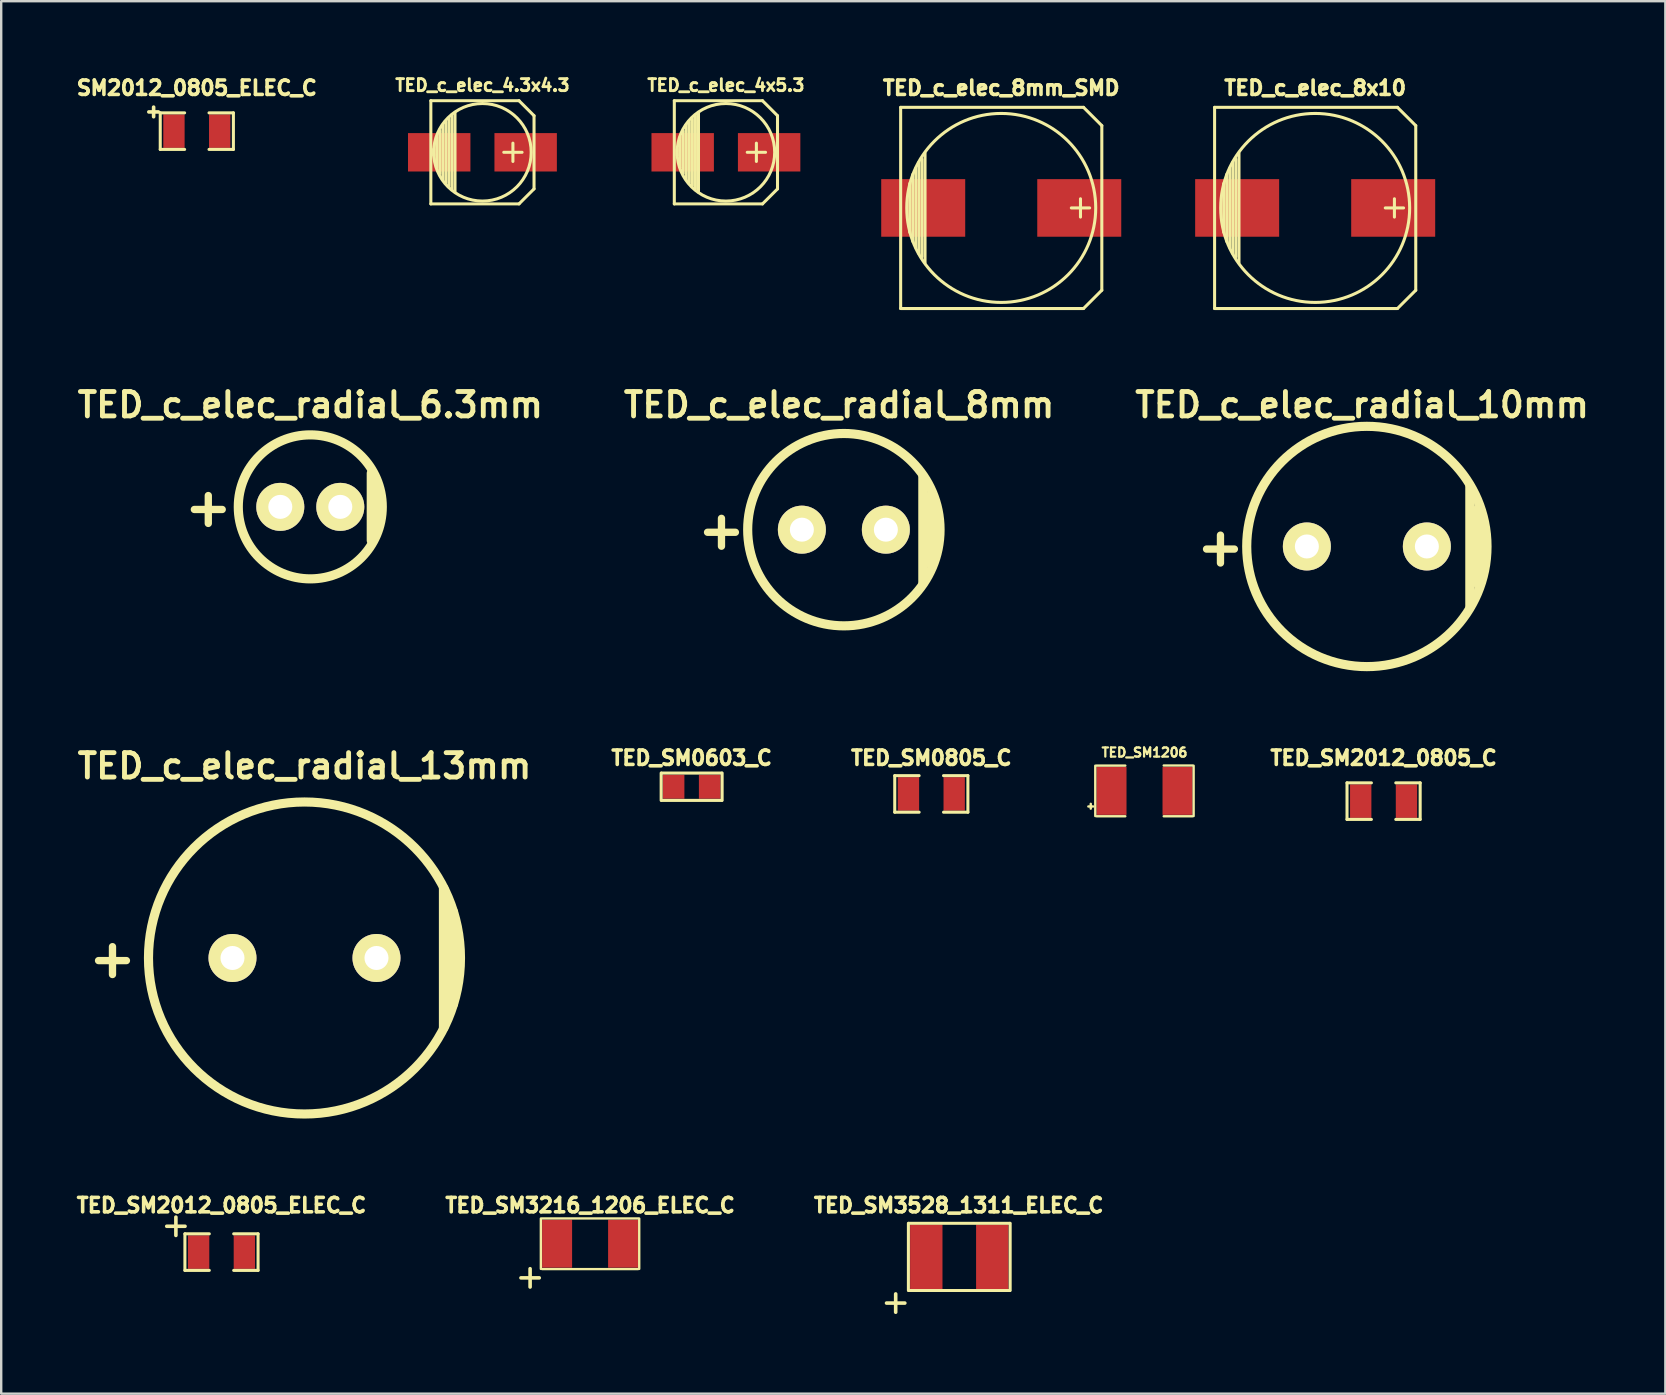
<source format=kicad_pcb>
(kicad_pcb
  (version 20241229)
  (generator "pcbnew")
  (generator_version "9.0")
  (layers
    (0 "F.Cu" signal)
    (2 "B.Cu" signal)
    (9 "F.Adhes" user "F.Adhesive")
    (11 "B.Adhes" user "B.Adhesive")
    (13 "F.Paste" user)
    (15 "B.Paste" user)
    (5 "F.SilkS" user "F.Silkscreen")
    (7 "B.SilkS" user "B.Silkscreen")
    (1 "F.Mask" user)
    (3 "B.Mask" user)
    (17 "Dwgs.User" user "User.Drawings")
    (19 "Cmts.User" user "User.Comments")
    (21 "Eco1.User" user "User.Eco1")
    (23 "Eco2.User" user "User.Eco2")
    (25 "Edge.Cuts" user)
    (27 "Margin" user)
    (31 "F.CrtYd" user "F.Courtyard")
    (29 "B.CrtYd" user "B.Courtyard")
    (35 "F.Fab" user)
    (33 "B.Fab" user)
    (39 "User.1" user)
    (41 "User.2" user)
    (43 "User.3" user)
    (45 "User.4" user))
  (footprint "TED_SM2012_0805_ELEC_C"
    (layer "F.Cu")
    (at 6.179 49.122)
    (property "Reference" "TED_SM2012_0805_ELEC_C" (at 0 -1.95 0) (layer "F.SilkS") (effects (font (size 0.6 0.6) (thickness 0.15))))
    (attr smd)
    (fp_line (start -1.524 -0.762) (end -0.508 -0.762) (stroke (width 0.127) (type solid)) (layer "F.SilkS"))
    (fp_line (start -1.524 0.762) (end -1.524 -0.762) (stroke (width 0.127) (type solid)) (layer "F.SilkS"))
    (fp_line (start -0.508 0.762) (end -1.524 0.762) (stroke (width 0.127) (type solid)) (layer "F.SilkS"))
    (fp_line (start 0.508 -0.762) (end 1.524 -0.762) (stroke (width 0.127) (type solid)) (layer "F.SilkS"))
    (fp_line (start 1.524 -0.762) (end 1.524 0.762) (stroke (width 0.127) (type solid)) (layer "F.SilkS"))
    (fp_line (start 1.524 0.762) (end 0.508 0.762) (stroke (width 0.127) (type solid)) (layer "F.SilkS"))
    (fp_text user "+" (at -1.9 -1.15 0) (layer "F.SilkS") (effects (font (size 1 1) (thickness 0.15))))
    (pad "1" smd rect (at -0.953 0) (size 0.889 1.397) (layers "F.Cu" "F.Mask" "F.Paste"))
    (pad "2" smd rect (at 0.953 0) (size 0.889 1.397) (layers "F.Cu" "F.Mask" "F.Paste")))
  (footprint "TED_c_elec_radial_8mm"
    (layer "F.Cu")
    (at 32.112 19.02)
    (property "Reference" "TED_c_elec_radial_8mm" (at -0.2 -5.2 0) (layer "F.SilkS") (effects (font (size 1.016 1.016) (thickness 0.203))))
    (attr through_hole)
    (fp_line (start 3.3 2.2) (end 3.3 -2.2) (stroke (width 0.4) (type solid)) (layer "F.SilkS"))
    (fp_line (start 3.65 -1.5) (end 3.65 1.5) (stroke (width 0.381) (type solid)) (layer "F.SilkS"))
    (fp_circle (center 0 0) (end 4 0.25) (stroke (width 0.381) (type solid)) (fill no) (layer "F.SilkS"))
    (fp_text user "+" (at -5.1 0 0) (layer "F.SilkS") (effects (font (size 1.524 1.524) (thickness 0.305))))
    (pad "1" thru_hole circle (at -1.75 0) (size 2 2) (drill 1) (layers "*.Mask" "B.Cu" "F.SilkS"))
    (pad "2" thru_hole circle (at 1.75 0) (size 2 2) (drill 1) (layers "*.Mask" "B.Cu" "F.SilkS")))
  (footprint "TED_c_elec_8x10"
    (layer "F.Cu")
    (at 51.75 5.614)
    (property "Reference" "TED_c_elec_8x10" (at 0 -5 0) (layer "F.SilkS") (effects (font (size 0.6 0.6) (thickness 0.15))))
    (attr through_hole)
    (fp_line (start -4.191 -4.191) (end -4.191 4.191) (stroke (width 0.127) (type solid)) (layer "F.SilkS"))
    (fp_line (start -4.191 4.191) (end 3.429 4.191) (stroke (width 0.127) (type solid)) (layer "F.SilkS"))
    (fp_line (start -3.81 -1.016) (end -3.81 1.016) (stroke (width 0.127) (type solid)) (layer "F.SilkS"))
    (fp_line (start -3.683 1.397) (end -3.683 -1.397) (stroke (width 0.127) (type solid)) (layer "F.SilkS"))
    (fp_line (start -3.556 -1.651) (end -3.556 1.651) (stroke (width 0.127) (type solid)) (layer "F.SilkS"))
    (fp_line (start -3.429 1.905) (end -3.429 -1.905) (stroke (width 0.127) (type solid)) (layer "F.SilkS"))
    (fp_line (start -3.302 2.032) (end -3.302 -2.032) (stroke (width 0.127) (type solid)) (layer "F.SilkS"))
    (fp_line (start -3.175 -2.286) (end -3.175 2.286) (stroke (width 0.127) (type solid)) (layer "F.SilkS"))
    (fp_line (start 3.302 -0.381) (end 3.302 0.381) (stroke (width 0.127) (type solid)) (layer "F.SilkS"))
    (fp_line (start 3.429 -4.191) (end -4.191 -4.191) (stroke (width 0.127) (type solid)) (layer "F.SilkS"))
    (fp_line (start 3.429 4.191) (end 4.191 3.429) (stroke (width 0.127) (type solid)) (layer "F.SilkS"))
    (fp_line (start 3.683 0) (end 2.921 0) (stroke (width 0.127) (type solid)) (layer "F.SilkS"))
    (fp_line (start 4.191 -3.429) (end 3.429 -4.191) (stroke (width 0.127) (type solid)) (layer "F.SilkS"))
    (fp_line (start 4.191 3.429) (end 4.191 -3.429) (stroke (width 0.127) (type solid)) (layer "F.SilkS"))
    (fp_circle (center 0 0) (end 3.937 0) (stroke (width 0.127) (type solid)) (fill no) (layer "F.SilkS"))
    (pad "1" smd rect (at 3.251 0) (size 3.5 2.4) (layers "F.Cu" "F.Mask" "F.Paste"))
    (pad "2" smd rect (at -3.251 0) (size 3.5 2.4) (layers "F.Cu" "F.Mask" "F.Paste")))
  (footprint "SM2012_0805_ELEC_C"
    (layer "F.Cu")
    (at 5.151 2.414)
    (property "Reference" "SM2012_0805_ELEC_C" (at 0 -1.8 0) (layer "F.SilkS") (effects (font (size 0.6 0.6) (thickness 0.15))))
    (attr smd)
    (fp_line (start -2 -0.8) (end -1.6 -0.8) (stroke (width 0.15) (type solid)) (layer "F.SilkS"))
    (fp_line (start -1.8 -0.6) (end -1.8 -1) (stroke (width 0.15) (type solid)) (layer "F.SilkS"))
    (fp_line (start -1.524 -0.762) (end -0.508 -0.762) (stroke (width 0.127) (type solid)) (layer "F.SilkS"))
    (fp_line (start -1.524 0.762) (end -1.524 -0.762) (stroke (width 0.127) (type solid)) (layer "F.SilkS"))
    (fp_line (start -0.508 0.762) (end -1.524 0.762) (stroke (width 0.127) (type solid)) (layer "F.SilkS"))
    (fp_line (start 0.508 -0.762) (end 1.524 -0.762) (stroke (width 0.127) (type solid)) (layer "F.SilkS"))
    (fp_line (start 1.524 -0.762) (end 1.524 0.762) (stroke (width 0.127) (type solid)) (layer "F.SilkS"))
    (fp_line (start 1.524 0.762) (end 0.508 0.762) (stroke (width 0.127) (type solid)) (layer "F.SilkS"))
    (pad "1" smd rect (at -0.953 0) (size 0.889 1.397) (layers "F.Cu" "F.Mask" "F.Paste"))
    (pad "2" smd rect (at 0.953 0) (size 0.889 1.397) (layers "F.Cu" "F.Mask" "F.Paste")))
  (footprint "TED_SM2012_0805_C"
    (layer "F.Cu")
    (at 54.601 30.331)
    (property "Reference" "TED_SM2012_0805_C" (at 0 -1.8 0) (layer "F.SilkS") (effects (font (size 0.6 0.6) (thickness 0.15))))
    (attr smd)
    (fp_line (start -1.524 -0.762) (end -0.508 -0.762) (stroke (width 0.127) (type solid)) (layer "F.SilkS"))
    (fp_line (start -1.524 0.762) (end -1.524 -0.762) (stroke (width 0.127) (type solid)) (layer "F.SilkS"))
    (fp_line (start -0.508 0.762) (end -1.524 0.762) (stroke (width 0.127) (type solid)) (layer "F.SilkS"))
    (fp_line (start 0.508 -0.762) (end 1.524 -0.762) (stroke (width 0.127) (type solid)) (layer "F.SilkS"))
    (fp_line (start 1.524 -0.762) (end 1.524 0.762) (stroke (width 0.127) (type solid)) (layer "F.SilkS"))
    (fp_line (start 1.524 0.762) (end 0.508 0.762) (stroke (width 0.127) (type solid)) (layer "F.SilkS"))
    (pad "1" smd rect (at -0.953 0) (size 0.889 1.397) (layers "F.Cu" "F.Mask" "F.Paste"))
    (pad "2" smd rect (at 0.953 0) (size 0.889 1.397) (layers "F.Cu" "F.Mask" "F.Paste")))
  (footprint "TED_c_elec_4.3x4.3"
    (layer "F.Cu")
    (at 17.052 3.296)
    (property "Reference" "TED_c_elec_4.3x4.3" (at 0 -2.794 0) (layer "F.SilkS") (effects (font (size 0.5 0.5) (thickness 0.119))))
    (attr through_hole)
    (fp_line (start -2.15 -2.15) (end -2.15 2.15) (stroke (width 0.127) (type solid)) (layer "F.SilkS"))
    (fp_line (start -2.032 0.127) (end -2.032 -0.127) (stroke (width 0.127) (type solid)) (layer "F.SilkS"))
    (fp_line (start -1.905 -0.635) (end -1.905 0.635) (stroke (width 0.127) (type solid)) (layer "F.SilkS"))
    (fp_line (start -1.778 0.889) (end -1.778 -0.889) (stroke (width 0.127) (type solid)) (layer "F.SilkS"))
    (fp_line (start -1.651 1.143) (end -1.651 -1.143) (stroke (width 0.127) (type solid)) (layer "F.SilkS"))
    (fp_line (start -1.524 -1.27) (end -1.524 1.27) (stroke (width 0.127) (type solid)) (layer "F.SilkS"))
    (fp_line (start -1.397 1.397) (end -1.397 -1.397) (stroke (width 0.127) (type solid)) (layer "F.SilkS"))
    (fp_line (start -1.27 -1.524) (end -1.27 1.524) (stroke (width 0.127) (type solid)) (layer "F.SilkS"))
    (fp_line (start -1.143 -1.651) (end -1.143 1.651) (stroke (width 0.127) (type solid)) (layer "F.SilkS"))
    (fp_line (start 1.27 -0.381) (end 1.27 0.381) (stroke (width 0.127) (type solid)) (layer "F.SilkS"))
    (fp_line (start 1.524 -2.15) (end -2.15 -2.15) (stroke (width 0.127) (type solid)) (layer "F.SilkS"))
    (fp_line (start 1.524 -2.15) (end 2.15 -1.524) (stroke (width 0.127) (type solid)) (layer "F.SilkS"))
    (fp_line (start 1.524 2.15) (end -2.15 2.15) (stroke (width 0.127) (type solid)) (layer "F.SilkS"))
    (fp_line (start 1.524 2.15) (end 2.15 1.524) (stroke (width 0.127) (type solid)) (layer "F.SilkS"))
    (fp_line (start 1.651 0) (end 0.889 0) (stroke (width 0.127) (type solid)) (layer "F.SilkS"))
    (fp_line (start 2.15 -1.524) (end 2.15 1.524) (stroke (width 0.127) (type solid)) (layer "F.SilkS"))
    (fp_circle (center 0 0) (end -2.032 0) (stroke (width 0.127) (type solid)) (fill no) (layer "F.SilkS"))
    (pad "1" smd rect (at 1.801 0) (size 2.601 1.6) (layers "F.Cu" "F.Mask" "F.Paste"))
    (pad "2" smd rect (at -1.801 0) (size 2.601 1.6) (layers "F.Cu" "F.Mask" "F.Paste")))
  (footprint "TED_SM3216_1206_ELEC_C"
    (layer "F.Cu")
    (at 21.538 48.772)
    (property "Reference" "TED_SM3216_1206_ELEC_C" (at 0 -1.6 0) (layer "F.SilkS") (effects (font (size 0.6 0.6) (thickness 0.15))))
    (attr smd)
    (fp_line (start -2.052 1.05) (end -2.052 -1.05) (stroke (width 0.099) (type solid)) (layer "F.SilkS"))
    (fp_line (start -2 -1.053) (end 2 -1.053) (stroke (width 0.099) (type solid)) (layer "F.SilkS"))
    (fp_line (start 2 1.058) (end -2 1.058) (stroke (width 0.099) (type solid)) (layer "F.SilkS"))
    (fp_line (start 2.047 -1.05) (end 2.047 1.05) (stroke (width 0.099) (type solid)) (layer "F.SilkS"))
    (fp_text user "+" (at -2.5 1.35 0) (layer "F.SilkS") (effects (font (size 1 1) (thickness 0.15))))
    (pad "1" smd rect (at -1.375 0) (size 1.25 2) (layers "F.Cu" "F.Mask" "F.Paste"))
    (pad "2" smd rect (at 1.375 0) (size 1.25 2) (layers "F.Cu" "F.Mask" "F.Paste")))
  (footprint "TED_c_elec_radial_10mm"
    (layer "F.Cu")
    (at 53.904 19.72)
    (property "Reference" "TED_c_elec_radial_10mm" (at -0.2 -5.9 0) (layer "F.SilkS") (effects (font (size 1.016 1.016) (thickness 0.203))))
    (attr through_hole)
    (fp_line (start 4.3 2.5) (end 4.3 -2.5) (stroke (width 0.4) (type solid)) (layer "F.SilkS"))
    (fp_line (start 4.65 -1.5) (end 4.65 1.5) (stroke (width 0.5) (type solid)) (layer "F.SilkS"))
    (fp_circle (center 0 0) (end 5 0.25) (stroke (width 0.381) (type solid)) (fill no) (layer "F.SilkS"))
    (fp_text user "+" (at -6.1 0 0) (layer "F.SilkS") (effects (font (size 1.524 1.524) (thickness 0.305))))
    (pad "1" thru_hole circle (at -2.5 0) (size 2 2) (drill 1) (layers "*.Mask" "B.Cu" "F.SilkS"))
    (pad "2" thru_hole circle (at 2.5 0) (size 2 2) (drill 1) (layers "*.Mask" "B.Cu" "F.SilkS")))
  (footprint "TED_c_elec_radial_6.3mm"
    (layer "F.Cu")
    (at 9.879 18.07)
    (property "Reference" "TED_c_elec_radial_6.3mm" (at 0 -4.25 0) (layer "F.SilkS") (effects (font (size 1.016 1.016) (thickness 0.203))))
    (attr through_hole)
    (fp_line (start 2.55 1.4) (end 2.55 -1.4) (stroke (width 0.4) (type solid)) (layer "F.SilkS"))
    (fp_line (start 2.65 -1.3) (end 2.65 1.3) (stroke (width 0.381) (type solid)) (layer "F.SilkS"))
    (fp_circle (center 0 0) (end 3 0) (stroke (width 0.381) (type solid)) (fill no) (layer "F.SilkS"))
    (fp_text user "+" (at -4.25 0 0) (layer "F.SilkS") (effects (font (size 1.524 1.524) (thickness 0.305))))
    (pad "1" thru_hole circle (at -1.25 0) (size 2 2) (drill 1) (layers "*.Mask" "B.Cu" "F.SilkS"))
    (pad "2" thru_hole circle (at 1.25 0) (size 2 2) (drill 1) (layers "*.Mask" "B.Cu" "F.SilkS")))
  (footprint "TED_c_elec_8mm_SMD"
    (layer "F.Cu")
    (at 38.669 5.614)
    (property "Reference" "TED_c_elec_8mm_SMD" (at 0 -5 0) (layer "F.SilkS") (effects (font (size 0.6 0.6) (thickness 0.15))))
    (attr through_hole)
    (fp_line (start -4.191 -4.191) (end -4.191 4.191) (stroke (width 0.127) (type solid)) (layer "F.SilkS"))
    (fp_line (start -4.191 4.191) (end 3.429 4.191) (stroke (width 0.127) (type solid)) (layer "F.SilkS"))
    (fp_line (start -3.81 -1.016) (end -3.81 1.016) (stroke (width 0.127) (type solid)) (layer "F.SilkS"))
    (fp_line (start -3.683 1.397) (end -3.683 -1.397) (stroke (width 0.127) (type solid)) (layer "F.SilkS"))
    (fp_line (start -3.556 -1.651) (end -3.556 1.651) (stroke (width 0.127) (type solid)) (layer "F.SilkS"))
    (fp_line (start -3.429 1.905) (end -3.429 -1.905) (stroke (width 0.127) (type solid)) (layer "F.SilkS"))
    (fp_line (start -3.302 2.032) (end -3.302 -2.032) (stroke (width 0.127) (type solid)) (layer "F.SilkS"))
    (fp_line (start -3.175 -2.286) (end -3.175 2.286) (stroke (width 0.127) (type solid)) (layer "F.SilkS"))
    (fp_line (start 3.302 -0.381) (end 3.302 0.381) (stroke (width 0.127) (type solid)) (layer "F.SilkS"))
    (fp_line (start 3.429 -4.191) (end -4.191 -4.191) (stroke (width 0.127) (type solid)) (layer "F.SilkS"))
    (fp_line (start 3.429 4.191) (end 4.191 3.429) (stroke (width 0.127) (type solid)) (layer "F.SilkS"))
    (fp_line (start 3.683 0) (end 2.921 0) (stroke (width 0.127) (type solid)) (layer "F.SilkS"))
    (fp_line (start 4.191 -3.429) (end 3.429 -4.191) (stroke (width 0.127) (type solid)) (layer "F.SilkS"))
    (fp_line (start 4.191 3.429) (end 4.191 -3.429) (stroke (width 0.127) (type solid)) (layer "F.SilkS"))
    (fp_circle (center 0 0) (end 3.937 0) (stroke (width 0.127) (type solid)) (fill no) (layer "F.SilkS"))
    (pad "1" smd rect (at 3.251 0) (size 3.5 2.4) (layers "F.Cu" "F.Mask" "F.Paste"))
    (pad "2" smd rect (at -3.251 0) (size 3.5 2.4) (layers "F.Cu" "F.Mask" "F.Paste")))
  (footprint "TED_SM0805_C"
    (layer "F.Cu")
    (at 35.756 30.031)
    (property "Reference" "TED_SM0805_C" (at 0 -1.5 0) (layer "F.SilkS") (effects (font (size 0.6 0.6) (thickness 0.15))))
    (attr smd)
    (fp_line (start -1.524 -0.762) (end -0.508 -0.762) (stroke (width 0.127) (type solid)) (layer "F.SilkS"))
    (fp_line (start -1.524 0.762) (end -1.524 -0.762) (stroke (width 0.127) (type solid)) (layer "F.SilkS"))
    (fp_line (start -0.508 0.762) (end -1.524 0.762) (stroke (width 0.127) (type solid)) (layer "F.SilkS"))
    (fp_line (start 0.508 -0.762) (end 1.524 -0.762) (stroke (width 0.127) (type solid)) (layer "F.SilkS"))
    (fp_line (start 1.524 -0.762) (end 1.524 0.762) (stroke (width 0.127) (type solid)) (layer "F.SilkS"))
    (fp_line (start 1.524 0.762) (end 0.508 0.762) (stroke (width 0.127) (type solid)) (layer "F.SilkS"))
    (pad "1" smd rect (at -0.953 0) (size 0.889 1.397) (layers "F.Cu" "F.Mask" "F.Paste"))
    (pad "2" smd rect (at 0.953 0) (size 0.889 1.397) (layers "F.Cu" "F.Mask" "F.Paste")))
  (footprint "TED_SM1206"
    (layer "F.Cu")
    (at 44.639 29.904)
    (property "Reference" "TED_SM1206" (at 0 -1.6 0) (layer "F.SilkS") (effects (font (size 0.381 0.381) (thickness 0.094))))
    (attr smd)
    (fp_line (start -2.34 0.65) (end -2.14 0.65) (stroke (width 0.1) (type solid)) (layer "F.SilkS"))
    (fp_line (start -2.24 0.54) (end -2.24 0.74) (stroke (width 0.1) (type solid)) (layer "F.SilkS"))
    (fp_line (start -2.052 1.05) (end -2.052 -1.05) (stroke (width 0.099) (type solid)) (layer "F.SilkS"))
    (fp_line (start -2 -1.053) (end -0.8 -1.053) (stroke (width 0.099) (type solid)) (layer "F.SilkS"))
    (fp_line (start -0.8 1.058) (end -2 1.058) (stroke (width 0.099) (type solid)) (layer "F.SilkS"))
    (fp_line (start 0.8 -1.058) (end 2 -1.058) (stroke (width 0.099) (type solid)) (layer "F.SilkS"))
    (fp_line (start 2 1.058) (end 0.8 1.058) (stroke (width 0.099) (type solid)) (layer "F.SilkS"))
    (fp_line (start 2.047 -1.05) (end 2.047 1.05) (stroke (width 0.099) (type solid)) (layer "F.SilkS"))
    (pad "1" smd rect (at -1.375 0) (size 1.25 2) (layers "F.Cu" "F.Mask" "F.Paste"))
    (pad "2" smd rect (at 1.375 0) (size 1.25 2) (layers "F.Cu" "F.Mask" "F.Paste")))
  (footprint "TED_SM0603_C"
    (layer "F.Cu")
    (at 25.769 29.731)
    (property "Reference" "TED_SM0603_C" (at 0 -1.2 0) (layer "F.SilkS") (effects (font (size 0.6 0.6) (thickness 0.15))))
    (attr through_hole)
    (fp_line (start -1.27 0.57) (end -1.27 -0.57) (stroke (width 0.127) (type solid)) (layer "F.SilkS"))
    (fp_line (start -1.25 -0.57) (end 1.25 -0.57) (stroke (width 0.127) (type solid)) (layer "F.SilkS"))
    (fp_line (start 1.25 0.57) (end -1.25 0.57) (stroke (width 0.127) (type solid)) (layer "F.SilkS"))
    (fp_line (start 1.27 -0.57) (end 1.27 0.57) (stroke (width 0.127) (type solid)) (layer "F.SilkS"))
    (pad "1" smd rect (at -0.752 0) (size 0.9 1) (layers "F.Cu" "F.Mask" "F.Paste"))
    (pad "2" smd rect (at 0.752 0) (size 0.899 1.001) (layers "F.Cu" "F.Mask" "F.Paste")))
  (footprint "TED_c_elec_radial_13mm"
    (layer "F.Cu")
    (at 9.637 36.867)
    (property "Reference" "TED_c_elec_radial_13mm" (at 0 -8 0) (layer "F.SilkS") (effects (font (size 1.016 1.016) (thickness 0.203))))
    (attr through_hole)
    (fp_line (start 5.8 2.9) (end 5.8 -2.9) (stroke (width 0.4) (type solid)) (layer "F.SilkS"))
    (fp_line (start 6.15 -1.9) (end 6.15 1.9) (stroke (width 0.5) (type solid)) (layer "F.SilkS"))
    (fp_circle (center 0 0) (end 6.5 0) (stroke (width 0.381) (type solid)) (fill no) (layer "F.SilkS"))
    (fp_text user "+" (at -8 0 0) (layer "F.SilkS") (effects (font (size 1.524 1.524) (thickness 0.305))))
    (pad "1" thru_hole circle (at -3 0) (size 2 2) (drill 1) (layers "*.Mask" "B.Cu" "F.SilkS"))
    (pad "2" thru_hole circle (at 3 0) (size 2 2) (drill 1) (layers "*.Mask" "B.Cu" "F.SilkS")))
  (footprint "TED_c_elec_4x5.3"
    (layer "F.Cu")
    (at 27.197 3.296)
    (property "Reference" "TED_c_elec_4x5.3" (at 0 -2.794 0) (layer "F.SilkS") (effects (font (size 0.5 0.5) (thickness 0.119))))
    (attr through_hole)
    (fp_line (start -2.15 -2.15) (end -2.15 2.15) (stroke (width 0.127) (type solid)) (layer "F.SilkS"))
    (fp_line (start -2.032 0.127) (end -2.032 -0.127) (stroke (width 0.127) (type solid)) (layer "F.SilkS"))
    (fp_line (start -1.905 -0.635) (end -1.905 0.635) (stroke (width 0.127) (type solid)) (layer "F.SilkS"))
    (fp_line (start -1.778 0.889) (end -1.778 -0.889) (stroke (width 0.127) (type solid)) (layer "F.SilkS"))
    (fp_line (start -1.651 1.143) (end -1.651 -1.143) (stroke (width 0.127) (type solid)) (layer "F.SilkS"))
    (fp_line (start -1.524 -1.27) (end -1.524 1.27) (stroke (width 0.127) (type solid)) (layer "F.SilkS"))
    (fp_line (start -1.397 1.397) (end -1.397 -1.397) (stroke (width 0.127) (type solid)) (layer "F.SilkS"))
    (fp_line (start -1.27 -1.524) (end -1.27 1.524) (stroke (width 0.127) (type solid)) (layer "F.SilkS"))
    (fp_line (start -1.143 -1.651) (end -1.143 1.651) (stroke (width 0.127) (type solid)) (layer "F.SilkS"))
    (fp_line (start 1.27 -0.381) (end 1.27 0.381) (stroke (width 0.127) (type solid)) (layer "F.SilkS"))
    (fp_line (start 1.524 -2.15) (end -2.15 -2.15) (stroke (width 0.127) (type solid)) (layer "F.SilkS"))
    (fp_line (start 1.524 -2.15) (end 2.15 -1.524) (stroke (width 0.127) (type solid)) (layer "F.SilkS"))
    (fp_line (start 1.524 2.15) (end -2.15 2.15) (stroke (width 0.127) (type solid)) (layer "F.SilkS"))
    (fp_line (start 1.524 2.15) (end 2.15 1.524) (stroke (width 0.127) (type solid)) (layer "F.SilkS"))
    (fp_line (start 1.651 0) (end 0.889 0) (stroke (width 0.127) (type solid)) (layer "F.SilkS"))
    (fp_line (start 2.15 -1.524) (end 2.15 1.524) (stroke (width 0.127) (type solid)) (layer "F.SilkS"))
    (fp_circle (center 0 0) (end -2.032 0) (stroke (width 0.127) (type solid)) (fill no) (layer "F.SilkS"))
    (pad "1" smd rect (at 1.801 0) (size 2.601 1.6) (layers "F.Cu" "F.Mask" "F.Paste"))
    (pad "2" smd rect (at -1.801 0) (size 2.601 1.6) (layers "F.Cu" "F.Mask" "F.Paste")))
  (footprint "TED_SM3528_1311_ELEC_C"
    (layer "F.Cu")
    (at 36.921 49.322)
    (property "Reference" "TED_SM3528_1311_ELEC_C" (at -0.025 -2.15 0) (layer "F.SilkS") (effects (font (size 0.6 0.6) (thickness 0.15))))
    (attr smd)
    (fp_line (start -2.12 -1.4) (end -2.12 1.4) (stroke (width 0.127) (type solid)) (layer "F.SilkS"))
    (fp_line (start -2.1 -1.4) (end 2.1 -1.4) (stroke (width 0.127) (type solid)) (layer "F.SilkS"))
    (fp_line (start -2.1 1.4) (end 2.1 1.4) (stroke (width 0.127) (type solid)) (layer "F.SilkS"))
    (fp_line (start 2.12 -1.4) (end 2.12 1.4) (stroke (width 0.127) (type solid)) (layer "F.SilkS"))
    (fp_text user "+" (at -2.65 1.85 0) (layer "F.SilkS") (effects (font (size 1 1) (thickness 0.15))))
    (pad "1" smd rect (at -1.375 0) (size 1.35 2.7) (layers "F.Cu" "F.Mask" "F.Paste"))
    (pad "2" smd rect (at 1.375 0) (size 1.35 2.7) (layers "F.Cu" "F.Mask" "F.Paste")))
  (gr_rect
    (start -3 -3)
    (end 66.341 55.02)
    (stroke (width 0.1) (type default))
    (fill no)
    (layer "Edge.Cuts")))
</source>
